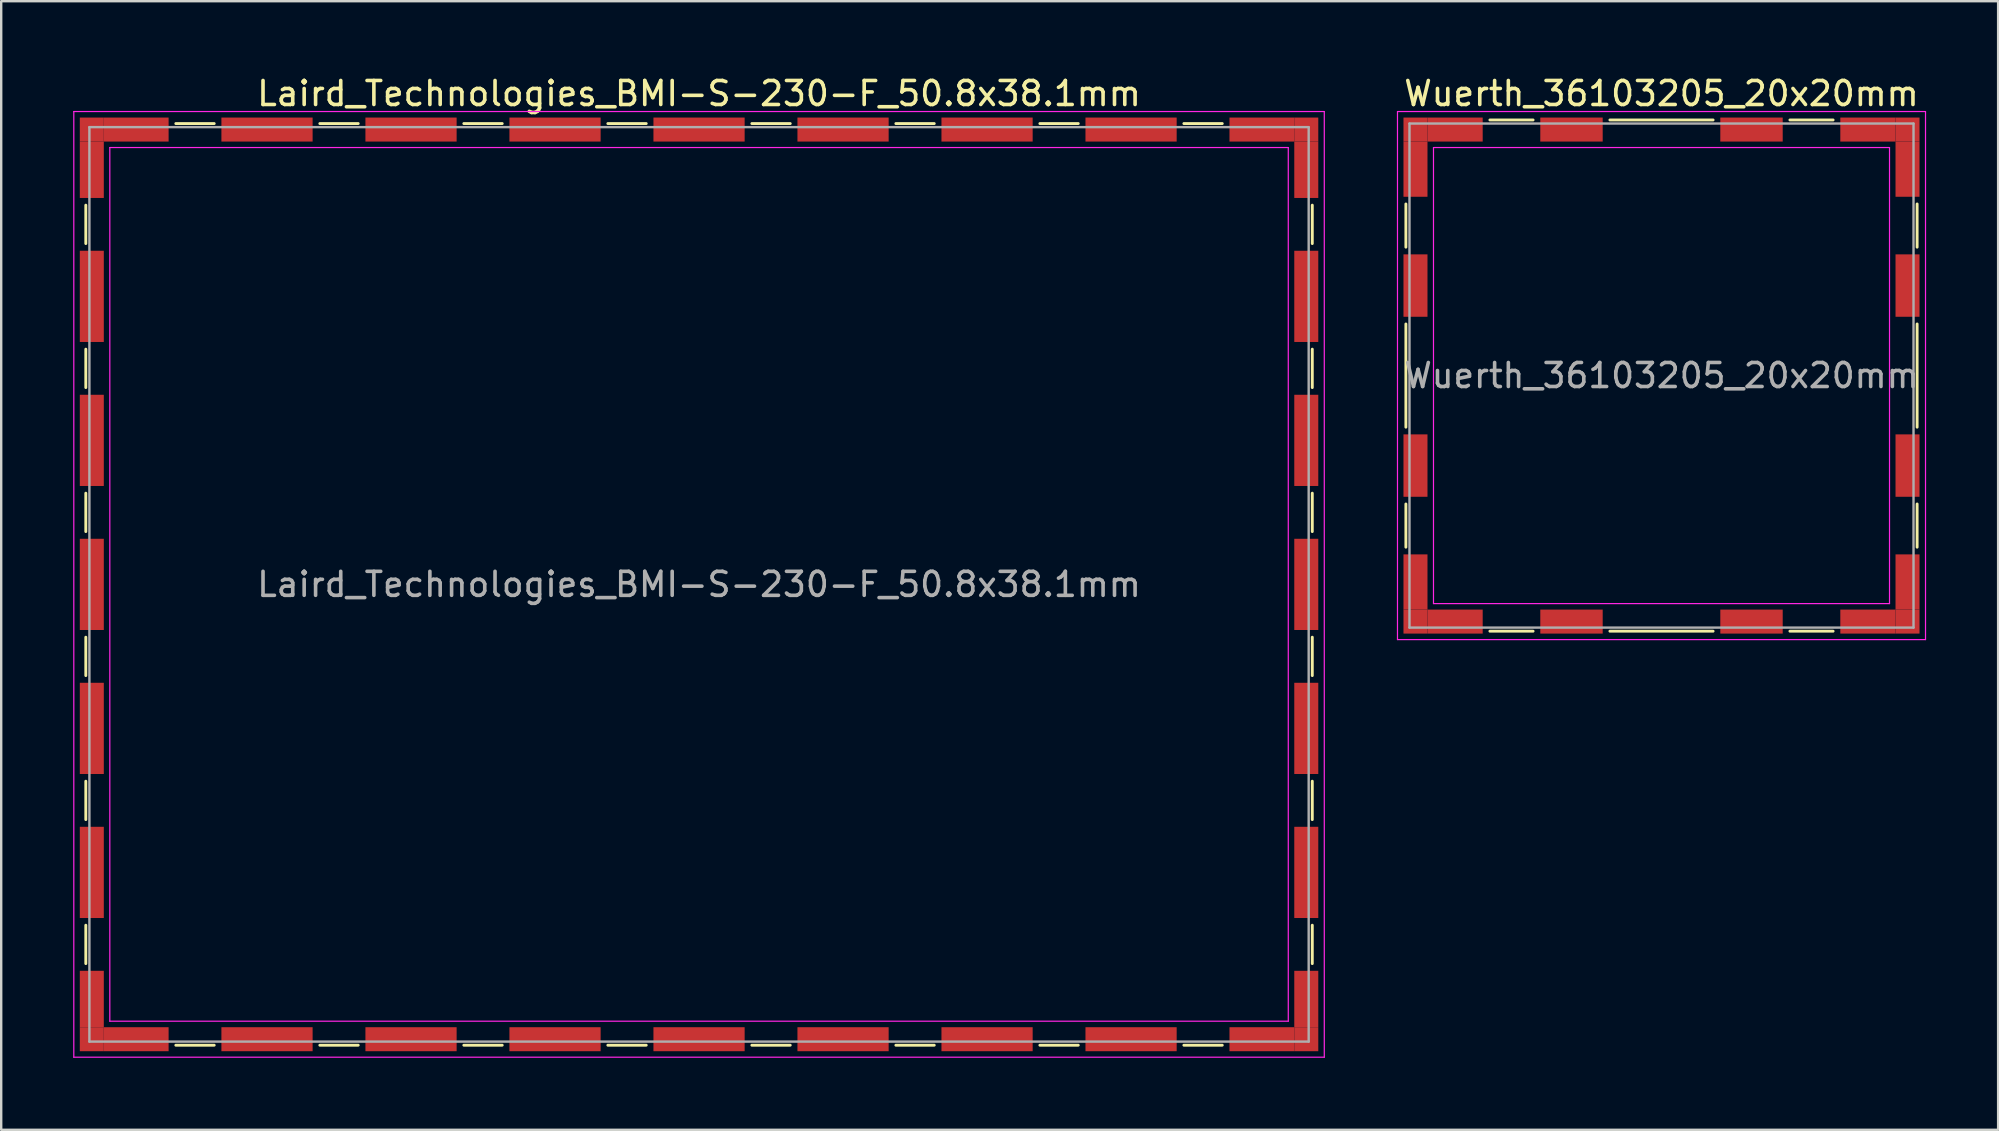
<source format=kicad_pcb>
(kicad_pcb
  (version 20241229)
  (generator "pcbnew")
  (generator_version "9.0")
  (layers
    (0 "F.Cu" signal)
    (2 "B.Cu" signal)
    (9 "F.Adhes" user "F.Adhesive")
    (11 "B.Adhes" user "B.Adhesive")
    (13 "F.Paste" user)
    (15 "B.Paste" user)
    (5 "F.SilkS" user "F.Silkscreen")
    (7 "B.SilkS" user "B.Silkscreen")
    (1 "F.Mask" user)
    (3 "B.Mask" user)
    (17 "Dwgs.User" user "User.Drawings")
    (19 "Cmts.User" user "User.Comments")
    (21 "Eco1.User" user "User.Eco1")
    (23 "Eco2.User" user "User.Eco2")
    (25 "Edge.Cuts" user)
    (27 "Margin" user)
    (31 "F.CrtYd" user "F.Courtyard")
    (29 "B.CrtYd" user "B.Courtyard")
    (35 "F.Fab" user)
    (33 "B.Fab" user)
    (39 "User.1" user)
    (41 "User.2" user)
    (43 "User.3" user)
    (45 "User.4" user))
  (footprint "Wuerth_36103205_20x20mm"
    (layer "F.Cu")
    (at 66.175 12.598)
    (property "Reference" "Wuerth_36103205_20x20mm" (at 0 -11.75 0) (layer "F.SilkS") (effects (font (size 1 1) (thickness 0.15))))
    (attr smd)
    (fp_line (start -10.65 -7.15) (end -10.65 -5.35) (stroke (width 0.12) (type solid)) (layer "F.SilkS"))
    (fp_line (start -10.65 -2.15) (end -10.65 2.15) (stroke (width 0.12) (type solid)) (layer "F.SilkS"))
    (fp_line (start -10.65 5.35) (end -10.65 7.15) (stroke (width 0.12) (type solid)) (layer "F.SilkS"))
    (fp_line (start -7.15 -10.65) (end -5.35 -10.65) (stroke (width 0.12) (type solid)) (layer "F.SilkS"))
    (fp_line (start -7.15 10.65) (end -5.35 10.65) (stroke (width 0.12) (type solid)) (layer "F.SilkS"))
    (fp_line (start -2.15 -10.65) (end 2.15 -10.65) (stroke (width 0.12) (type solid)) (layer "F.SilkS"))
    (fp_line (start -2.15 10.65) (end 2.15 10.65) (stroke (width 0.12) (type solid)) (layer "F.SilkS"))
    (fp_line (start 5.35 -10.65) (end 7.15 -10.65) (stroke (width 0.12) (type solid)) (layer "F.SilkS"))
    (fp_line (start 5.35 10.65) (end 7.15 10.65) (stroke (width 0.12) (type solid)) (layer "F.SilkS"))
    (fp_line (start 10.65 -7.15) (end 10.65 -5.35) (stroke (width 0.12) (type solid)) (layer "F.SilkS"))
    (fp_line (start 10.65 -2.15) (end 10.65 2.15) (stroke (width 0.12) (type solid)) (layer "F.SilkS"))
    (fp_line (start 10.65 5.35) (end 10.65 7.15) (stroke (width 0.12) (type solid)) (layer "F.SilkS"))
    (fp_line (start -11 -11) (end -11 11) (stroke (width 0.05) (type solid)) (layer "F.CrtYd"))
    (fp_line (start -11 11) (end 11 11) (stroke (width 0.05) (type solid)) (layer "F.CrtYd"))
    (fp_line (start -9.5 -9.5) (end -9.5 9.5) (stroke (width 0.05) (type solid)) (layer "F.CrtYd"))
    (fp_line (start -9.5 9.5) (end 9.5 9.5) (stroke (width 0.05) (type solid)) (layer "F.CrtYd"))
    (fp_line (start 9.5 -9.5) (end -9.5 -9.5) (stroke (width 0.05) (type solid)) (layer "F.CrtYd"))
    (fp_line (start 9.5 9.5) (end 9.5 -9.5) (stroke (width 0.05) (type solid)) (layer "F.CrtYd"))
    (fp_line (start 11 -11) (end -11 -11) (stroke (width 0.05) (type solid)) (layer "F.CrtYd"))
    (fp_line (start 11 11) (end 11 -11) (stroke (width 0.05) (type solid)) (layer "F.CrtYd"))
    (fp_line (start -10.5 -10.5) (end -10.5 10.5) (stroke (width 0.1) (type solid)) (layer "F.Fab"))
    (fp_line (start -10.5 10.5) (end 10.5 10.5) (stroke (width 0.1) (type solid)) (layer "F.Fab"))
    (fp_line (start 10.5 -10.5) (end -10.5 -10.5) (stroke (width 0.1) (type solid)) (layer "F.Fab"))
    (fp_line (start 10.5 10.5) (end 10.5 -10.5) (stroke (width 0.1) (type solid)) (layer "F.Fab"))
    (fp_text user "${REFERENCE}" (at 0 0 0) (layer "F.Fab") (effects (font (size 1 1) (thickness 0.15))))
    (pad "1" smd rect (at -10.25 -10.25) (size 1 1) (layers "F.Cu" "F.Mask" "F.Paste"))
    (pad "1" smd rect (at -10.25 -8.6) (size 1 2.3) (layers "F.Cu" "F.Mask" "F.Paste"))
    (pad "1" smd rect (at -10.25 -3.75) (size 1 2.6) (layers "F.Cu" "F.Mask" "F.Paste"))
    (pad "1" smd rect (at -10.25 3.75) (size 1 2.6) (layers "F.Cu" "F.Mask" "F.Paste"))
    (pad "1" smd rect (at -10.25 8.6) (size 1 2.3) (layers "F.Cu" "F.Mask" "F.Paste"))
    (pad "1" smd rect (at -10.25 10.25) (size 1 1) (layers "F.Cu" "F.Mask" "F.Paste"))
    (pad "1" smd rect (at -8.6 -10.25) (size 2.3 1) (layers "F.Cu" "F.Mask" "F.Paste"))
    (pad "1" smd rect (at -8.6 10.25) (size 2.3 1) (layers "F.Cu" "F.Mask" "F.Paste"))
    (pad "1" smd rect (at -3.75 -10.25) (size 2.6 1) (layers "F.Cu" "F.Mask" "F.Paste"))
    (pad "1" smd rect (at -3.75 10.25) (size 2.6 1) (layers "F.Cu" "F.Mask" "F.Paste"))
    (pad "1" smd rect (at 3.75 -10.25) (size 2.6 1) (layers "F.Cu" "F.Mask" "F.Paste"))
    (pad "1" smd rect (at 3.75 10.25) (size 2.6 1) (layers "F.Cu" "F.Mask" "F.Paste"))
    (pad "1" smd rect (at 8.6 -10.25) (size 2.3 1) (layers "F.Cu" "F.Mask" "F.Paste"))
    (pad "1" smd rect (at 8.6 10.25) (size 2.3 1) (layers "F.Cu" "F.Mask" "F.Paste"))
    (pad "1" smd rect (at 10.25 -10.25) (size 1 1) (layers "F.Cu" "F.Mask" "F.Paste"))
    (pad "1" smd rect (at 10.25 -8.6) (size 1 2.3) (layers "F.Cu" "F.Mask" "F.Paste"))
    (pad "1" smd rect (at 10.25 -3.75) (size 1 2.6) (layers "F.Cu" "F.Mask" "F.Paste"))
    (pad "1" smd rect (at 10.25 3.75) (size 1 2.6) (layers "F.Cu" "F.Mask" "F.Paste"))
    (pad "1" smd rect (at 10.25 8.6) (size 1 2.3) (layers "F.Cu" "F.Mask" "F.Paste"))
    (pad "1" smd rect (at 10.25 10.25) (size 1 1) (layers "F.Cu" "F.Mask" "F.Paste")))
  (footprint "Laird_Technologies_BMI-S-230-F_50.8x38.1mm"
    (layer "F.Cu")
    (at 26.075 21.298)
    (property "Reference" "Laird_Technologies_BMI-S-230-F_50.8x38.1mm" (at 0 -20.45 0) (layer "F.SilkS") (effects (font (size 1 1) (thickness 0.15))))
    (attr smd)
    (fp_line (start -25.55 -15.8) (end -25.55 -14.2) (stroke (width 0.12) (type solid)) (layer "F.SilkS"))
    (fp_line (start -25.55 -9.8) (end -25.55 -8.2) (stroke (width 0.12) (type solid)) (layer "F.SilkS"))
    (fp_line (start -25.55 -3.8) (end -25.55 -2.2) (stroke (width 0.12) (type solid)) (layer "F.SilkS"))
    (fp_line (start -25.55 2.2) (end -25.55 3.8) (stroke (width 0.12) (type solid)) (layer "F.SilkS"))
    (fp_line (start -25.55 8.2) (end -25.55 9.8) (stroke (width 0.12) (type solid)) (layer "F.SilkS"))
    (fp_line (start -25.55 14.2) (end -25.55 15.8) (stroke (width 0.12) (type solid)) (layer "F.SilkS"))
    (fp_line (start -21.8 -19.2) (end -20.2 -19.2) (stroke (width 0.12) (type solid)) (layer "F.SilkS"))
    (fp_line (start -21.8 19.2) (end -20.2 19.2) (stroke (width 0.12) (type solid)) (layer "F.SilkS"))
    (fp_line (start -15.8 -19.2) (end -14.2 -19.2) (stroke (width 0.12) (type solid)) (layer "F.SilkS"))
    (fp_line (start -15.8 19.2) (end -14.2 19.2) (stroke (width 0.12) (type solid)) (layer "F.SilkS"))
    (fp_line (start -9.8 -19.2) (end -8.2 -19.2) (stroke (width 0.12) (type solid)) (layer "F.SilkS"))
    (fp_line (start -9.8 19.2) (end -8.2 19.2) (stroke (width 0.12) (type solid)) (layer "F.SilkS"))
    (fp_line (start -3.8 -19.2) (end -2.2 -19.2) (stroke (width 0.12) (type solid)) (layer "F.SilkS"))
    (fp_line (start -3.8 19.2) (end -2.2 19.2) (stroke (width 0.12) (type solid)) (layer "F.SilkS"))
    (fp_line (start 2.2 -19.2) (end 3.8 -19.2) (stroke (width 0.12) (type solid)) (layer "F.SilkS"))
    (fp_line (start 2.2 19.2) (end 3.8 19.2) (stroke (width 0.12) (type solid)) (layer "F.SilkS"))
    (fp_line (start 8.2 -19.2) (end 9.8 -19.2) (stroke (width 0.12) (type solid)) (layer "F.SilkS"))
    (fp_line (start 8.2 19.2) (end 9.8 19.2) (stroke (width 0.12) (type solid)) (layer "F.SilkS"))
    (fp_line (start 14.2 -19.2) (end 15.8 -19.2) (stroke (width 0.12) (type solid)) (layer "F.SilkS"))
    (fp_line (start 14.2 19.2) (end 15.8 19.2) (stroke (width 0.12) (type solid)) (layer "F.SilkS"))
    (fp_line (start 20.2 -19.2) (end 21.8 -19.2) (stroke (width 0.12) (type solid)) (layer "F.SilkS"))
    (fp_line (start 20.2 19.2) (end 21.8 19.2) (stroke (width 0.12) (type solid)) (layer "F.SilkS"))
    (fp_line (start 25.55 -15.8) (end 25.55 -14.2) (stroke (width 0.12) (type solid)) (layer "F.SilkS"))
    (fp_line (start 25.55 -9.8) (end 25.55 -8.2) (stroke (width 0.12) (type solid)) (layer "F.SilkS"))
    (fp_line (start 25.55 -3.8) (end 25.55 -2.2) (stroke (width 0.12) (type solid)) (layer "F.SilkS"))
    (fp_line (start 25.55 2.2) (end 25.55 3.8) (stroke (width 0.12) (type solid)) (layer "F.SilkS"))
    (fp_line (start 25.55 8.2) (end 25.55 9.8) (stroke (width 0.12) (type solid)) (layer "F.SilkS"))
    (fp_line (start 25.55 14.2) (end 25.55 15.8) (stroke (width 0.12) (type solid)) (layer "F.SilkS"))
    (fp_line (start -26.05 -19.7) (end -26.05 19.7) (stroke (width 0.05) (type solid)) (layer "F.CrtYd"))
    (fp_line (start -26.05 19.7) (end 26.05 19.7) (stroke (width 0.05) (type solid)) (layer "F.CrtYd"))
    (fp_line (start -24.55 -18.2) (end -24.55 18.2) (stroke (width 0.05) (type solid)) (layer "F.CrtYd"))
    (fp_line (start -24.55 18.2) (end 24.55 18.2) (stroke (width 0.05) (type solid)) (layer "F.CrtYd"))
    (fp_line (start 24.55 -18.2) (end -24.55 -18.2) (stroke (width 0.05) (type solid)) (layer "F.CrtYd"))
    (fp_line (start 24.55 18.2) (end 24.55 -18.2) (stroke (width 0.05) (type solid)) (layer "F.CrtYd"))
    (fp_line (start 26.05 -19.7) (end -26.05 -19.7) (stroke (width 0.05) (type solid)) (layer "F.CrtYd"))
    (fp_line (start 26.05 19.7) (end 26.05 -19.7) (stroke (width 0.05) (type solid)) (layer "F.CrtYd"))
    (fp_line (start -25.4 -19.05) (end -25.4 19.05) (stroke (width 0.1) (type solid)) (layer "F.Fab"))
    (fp_line (start -25.4 19.05) (end 25.4 19.05) (stroke (width 0.1) (type solid)) (layer "F.Fab"))
    (fp_line (start 25.4 -19.05) (end -25.4 -19.05) (stroke (width 0.1) (type solid)) (layer "F.Fab"))
    (fp_line (start 25.4 19.05) (end 25.4 -19.05) (stroke (width 0.1) (type solid)) (layer "F.Fab"))
    (fp_text user "${REFERENCE}" (at 0 0 0) (layer "F.Fab") (effects (font (size 1 1) (thickness 0.15))))
    (pad "1" smd rect (at -25.3 -18.95) (size 1 1) (layers "F.Cu" "F.Mask" "F.Paste"))
    (pad "1" smd rect (at -25.3 -17.275) (size 1 2.35) (layers "F.Cu" "F.Mask" "F.Paste"))
    (pad "1" smd rect (at -25.3 -12) (size 1 3.8) (layers "F.Cu" "F.Mask" "F.Paste"))
    (pad "1" smd rect (at -25.3 -6) (size 1 3.8) (layers "F.Cu" "F.Mask" "F.Paste"))
    (pad "1" smd rect (at -25.3 0) (size 1 3.8) (layers "F.Cu" "F.Mask" "F.Paste"))
    (pad "1" smd rect (at -25.3 6) (size 1 3.8) (layers "F.Cu" "F.Mask" "F.Paste"))
    (pad "1" smd rect (at -25.3 12) (size 1 3.8) (layers "F.Cu" "F.Mask" "F.Paste"))
    (pad "1" smd rect (at -25.3 17.275) (size 1 2.35) (layers "F.Cu" "F.Mask" "F.Paste"))
    (pad "1" smd rect (at -25.3 18.95) (size 1 1) (layers "F.Cu" "F.Mask" "F.Paste"))
    (pad "1" smd rect (at -23.45 -18.95) (size 2.7 1) (layers "F.Cu" "F.Mask" "F.Paste"))
    (pad "1" smd rect (at -23.45 18.95) (size 2.7 1) (layers "F.Cu" "F.Mask" "F.Paste"))
    (pad "1" smd rect (at -18 -18.95) (size 3.8 1) (layers "F.Cu" "F.Mask" "F.Paste"))
    (pad "1" smd rect (at -18 18.95) (size 3.8 1) (layers "F.Cu" "F.Mask" "F.Paste"))
    (pad "1" smd rect (at -12 -18.95) (size 3.8 1) (layers "F.Cu" "F.Mask" "F.Paste"))
    (pad "1" smd rect (at -12 18.95) (size 3.8 1) (layers "F.Cu" "F.Mask" "F.Paste"))
    (pad "1" smd rect (at -6 -18.95) (size 3.8 1) (layers "F.Cu" "F.Mask" "F.Paste"))
    (pad "1" smd rect (at -6 18.95) (size 3.8 1) (layers "F.Cu" "F.Mask" "F.Paste"))
    (pad "1" smd rect (at 0 -18.95) (size 3.8 1) (layers "F.Cu" "F.Mask" "F.Paste"))
    (pad "1" smd rect (at 0 18.95) (size 3.8 1) (layers "F.Cu" "F.Mask" "F.Paste"))
    (pad "1" smd rect (at 6 -18.95) (size 3.8 1) (layers "F.Cu" "F.Mask" "F.Paste"))
    (pad "1" smd rect (at 6 18.95) (size 3.8 1) (layers "F.Cu" "F.Mask" "F.Paste"))
    (pad "1" smd rect (at 12 -18.95) (size 3.8 1) (layers "F.Cu" "F.Mask" "F.Paste"))
    (pad "1" smd rect (at 12 18.95) (size 3.8 1) (layers "F.Cu" "F.Mask" "F.Paste"))
    (pad "1" smd rect (at 18 -18.95) (size 3.8 1) (layers "F.Cu" "F.Mask" "F.Paste"))
    (pad "1" smd rect (at 18 18.95) (size 3.8 1) (layers "F.Cu" "F.Mask" "F.Paste"))
    (pad "1" smd rect (at 23.45 -18.95) (size 2.7 1) (layers "F.Cu" "F.Mask" "F.Paste"))
    (pad "1" smd rect (at 23.45 18.95) (size 2.7 1) (layers "F.Cu" "F.Mask" "F.Paste"))
    (pad "1" smd rect (at 25.3 -18.95) (size 1 1) (layers "F.Cu" "F.Mask" "F.Paste"))
    (pad "1" smd rect (at 25.3 -17.275) (size 1 2.35) (layers "F.Cu" "F.Mask" "F.Paste"))
    (pad "1" smd rect (at 25.3 -12) (size 1 3.8) (layers "F.Cu" "F.Mask" "F.Paste"))
    (pad "1" smd rect (at 25.3 -6) (size 1 3.8) (layers "F.Cu" "F.Mask" "F.Paste"))
    (pad "1" smd rect (at 25.3 0) (size 1 3.8) (layers "F.Cu" "F.Mask" "F.Paste"))
    (pad "1" smd rect (at 25.3 6) (size 1 3.8) (layers "F.Cu" "F.Mask" "F.Paste"))
    (pad "1" smd rect (at 25.3 12) (size 1 3.8) (layers "F.Cu" "F.Mask" "F.Paste"))
    (pad "1" smd rect (at 25.3 17.275) (size 1 2.35) (layers "F.Cu" "F.Mask" "F.Paste"))
    (pad "1" smd rect (at 25.3 18.95) (size 1 1) (layers "F.Cu" "F.Mask" "F.Paste")))
  (gr_rect
    (start -3 -3)
    (end 80.2 44.023)
    (stroke (width 0.1) (type default))
    (fill no)
    (layer "Edge.Cuts")))
</source>
